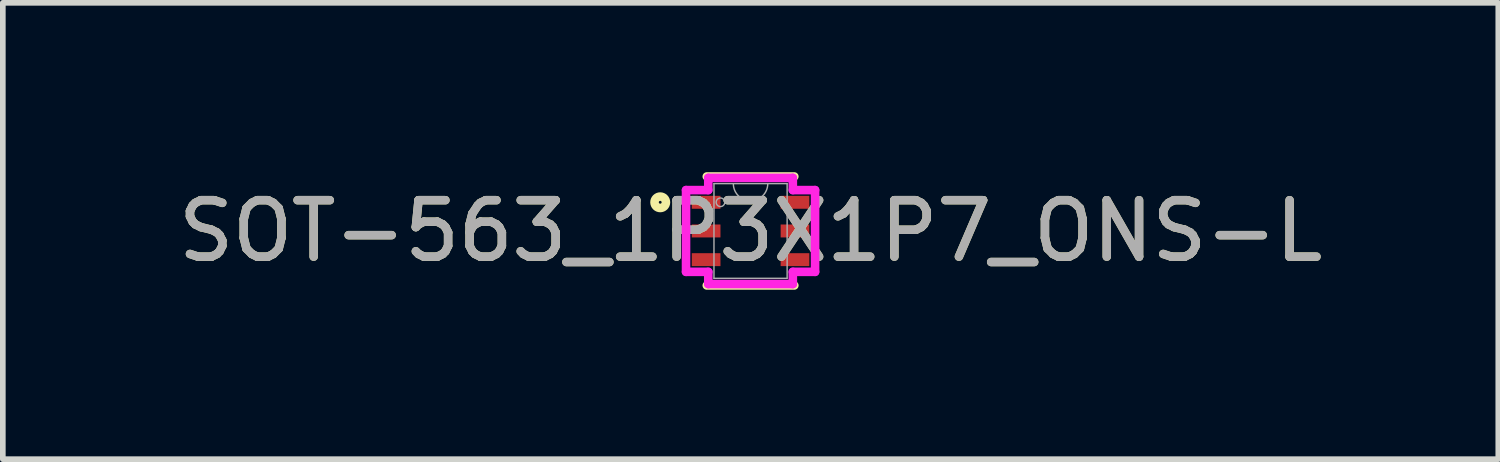
<source format=kicad_pcb>
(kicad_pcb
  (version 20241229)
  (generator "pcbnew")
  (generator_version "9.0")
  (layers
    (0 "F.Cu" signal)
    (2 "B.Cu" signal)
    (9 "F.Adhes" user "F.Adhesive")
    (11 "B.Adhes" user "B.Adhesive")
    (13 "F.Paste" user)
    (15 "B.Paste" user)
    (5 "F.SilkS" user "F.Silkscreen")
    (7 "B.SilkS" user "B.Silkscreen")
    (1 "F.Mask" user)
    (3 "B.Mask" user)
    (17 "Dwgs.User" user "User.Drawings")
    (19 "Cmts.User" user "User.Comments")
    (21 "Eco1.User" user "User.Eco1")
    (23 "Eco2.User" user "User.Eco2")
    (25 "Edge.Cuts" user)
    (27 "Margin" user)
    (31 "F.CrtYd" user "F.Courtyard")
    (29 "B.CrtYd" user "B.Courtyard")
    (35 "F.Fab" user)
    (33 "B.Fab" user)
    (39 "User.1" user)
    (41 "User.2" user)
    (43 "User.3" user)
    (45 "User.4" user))
  (footprint "SOT-563_1P3X1P7_ONS-L"
    (layer "F.Cu")
    (at 10.244 1.041)
    (property "Reference" "SOT-563_1P3X1P7_ONS-L" (at 0 0 0) (unlocked yes) (layer "F.SilkS") (effects (font (size 1 1) (thickness 0.15))))
    (attr smd)
    (fp_line (start -0.775 0.965) (end 0.775 0.965) (stroke (width 0.152) (type solid)) (layer "F.SilkS"))
    (fp_line (start 0.775 -0.965) (end -0.775 -0.965) (stroke (width 0.152) (type solid)) (layer "F.SilkS"))
    (fp_circle (center -1.6 -0.508) (end -1.499 -0.508) (stroke (width 0.152) (type solid)) (fill no) (layer "F.SilkS"))
    (fp_line (start -1.143 -0.724) (end -0.749 -0.724) (stroke (width 0.152) (type solid)) (layer "F.CrtYd"))
    (fp_line (start -1.143 0.724) (end -1.143 -0.724) (stroke (width 0.152) (type solid)) (layer "F.CrtYd"))
    (fp_line (start -1.143 0.724) (end -0.749 0.724) (stroke (width 0.152) (type solid)) (layer "F.CrtYd"))
    (fp_line (start -0.749 -0.94) (end 0.749 -0.94) (stroke (width 0.152) (type solid)) (layer "F.CrtYd"))
    (fp_line (start -0.749 -0.724) (end -0.749 -0.94) (stroke (width 0.152) (type solid)) (layer "F.CrtYd"))
    (fp_line (start -0.749 0.94) (end -0.749 0.724) (stroke (width 0.152) (type solid)) (layer "F.CrtYd"))
    (fp_line (start 0.749 -0.94) (end 0.749 -0.724) (stroke (width 0.152) (type solid)) (layer "F.CrtYd"))
    (fp_line (start 0.749 0.724) (end 0.749 0.94) (stroke (width 0.152) (type solid)) (layer "F.CrtYd"))
    (fp_line (start 0.749 0.94) (end -0.749 0.94) (stroke (width 0.152) (type solid)) (layer "F.CrtYd"))
    (fp_line (start 1.143 -0.724) (end 0.749 -0.724) (stroke (width 0.152) (type solid)) (layer "F.CrtYd"))
    (fp_line (start 1.143 -0.724) (end 1.143 0.724) (stroke (width 0.152) (type solid)) (layer "F.CrtYd"))
    (fp_line (start 1.143 0.724) (end 0.749 0.724) (stroke (width 0.152) (type solid)) (layer "F.CrtYd"))
    (fp_line (start -0.648 -0.838) (end -0.648 0.838) (stroke (width 0.025) (type solid)) (layer "F.Fab"))
    (fp_line (start -0.648 0.838) (end 0.648 0.838) (stroke (width 0.025) (type solid)) (layer "F.Fab"))
    (fp_line (start 0.648 -0.838) (end -0.648 -0.838) (stroke (width 0.025) (type solid)) (layer "F.Fab"))
    (fp_line (start 0.648 0.838) (end 0.648 -0.838) (stroke (width 0.025) (type solid)) (layer "F.Fab"))
    (fp_arc (start 0.3048 -0.8382) (mid 0 -0.5334) (end -0.3048 -0.8382) (stroke (width 0.0254) (type solid)) (layer "F.Fab"))
    (fp_circle (center -0.533 -0.508) (end -0.457 -0.508) (stroke (width 0.025) (type solid)) (fill no) (layer "F.Fab"))
    (fp_text user "${REFERENCE}" (at 0 0 0) (unlocked yes) (layer "F.Fab") (effects (font (size 1 1) (thickness 0.15))))
    (pad "1" smd rect (at -0.787 -0.508) (size 0.508 0.229) (layers "F.Cu" "F.Mask" "F.Paste"))
    (pad "2" smd rect (at -0.787 0) (size 0.508 0.229) (layers "F.Cu" "F.Mask" "F.Paste"))
    (pad "3" smd rect (at -0.787 0.508) (size 0.508 0.229) (layers "F.Cu" "F.Mask" "F.Paste"))
    (pad "4" smd rect (at 0.787 0.508) (size 0.508 0.229) (layers "F.Cu" "F.Mask" "F.Paste"))
    (pad "5" smd rect (at 0.787 0) (size 0.508 0.229) (layers "F.Cu" "F.Mask" "F.Paste"))
    (pad "6" smd rect (at 0.787 -0.508) (size 0.508 0.229) (layers "F.Cu" "F.Mask" "F.Paste")))
  (gr_rect
    (start -3 -3)
    (end 23.488 5.083)
    (stroke (width 0.1) (type default))
    (fill no)
    (layer "Edge.Cuts")))
</source>
